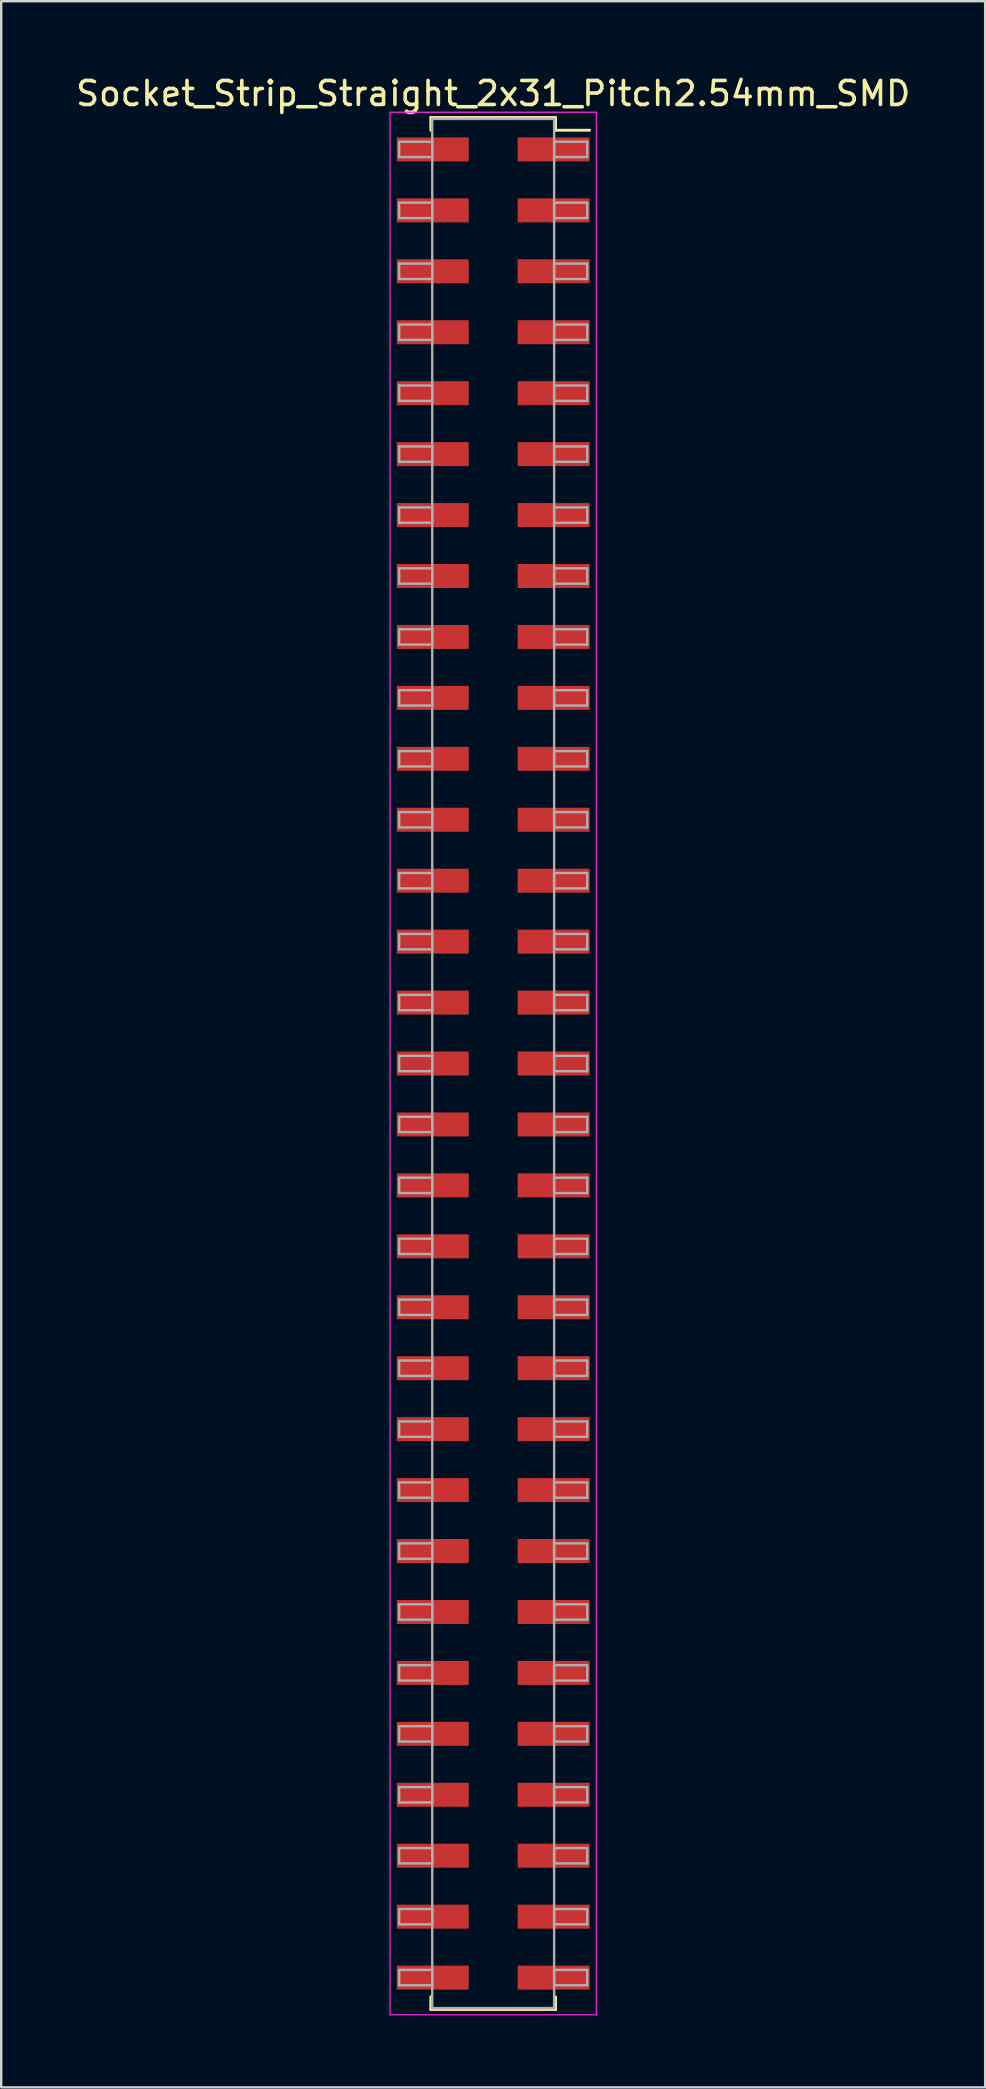
<source format=kicad_pcb>
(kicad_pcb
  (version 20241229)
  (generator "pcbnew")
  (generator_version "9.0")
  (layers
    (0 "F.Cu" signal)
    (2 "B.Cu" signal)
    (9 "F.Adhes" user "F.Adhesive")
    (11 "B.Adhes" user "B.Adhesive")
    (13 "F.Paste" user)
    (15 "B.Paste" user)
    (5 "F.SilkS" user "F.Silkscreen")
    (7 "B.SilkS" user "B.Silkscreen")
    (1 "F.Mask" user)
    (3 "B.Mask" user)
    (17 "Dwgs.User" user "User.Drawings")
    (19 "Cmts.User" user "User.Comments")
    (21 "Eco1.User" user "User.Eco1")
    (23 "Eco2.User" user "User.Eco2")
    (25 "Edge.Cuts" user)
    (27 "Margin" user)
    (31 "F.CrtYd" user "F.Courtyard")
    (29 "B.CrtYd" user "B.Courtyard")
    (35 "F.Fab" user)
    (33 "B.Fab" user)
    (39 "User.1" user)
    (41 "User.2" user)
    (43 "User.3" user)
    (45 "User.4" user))
  (footprint "Socket_Strip_Straight_2x31_Pitch2.54mm_SMD"
    (layer "F.Cu")
    (at 17.506 41.278)
    (property "Reference" "Socket_Strip_Straight_2x31_Pitch2.54mm_SMD" (at 0 -40.43 0) (layer "F.SilkS") (effects (font (size 1 1) (thickness 0.15))))
    (attr smd)
    (fp_line (start -2.6 -39.43) (end 2.6 -39.43) (stroke (width 0.12) (type solid)) (layer "F.SilkS"))
    (fp_line (start -2.6 -38.9) (end -2.6 -39.43) (stroke (width 0.12) (type solid)) (layer "F.SilkS"))
    (fp_line (start -2.6 38.9) (end -2.6 39.43) (stroke (width 0.12) (type solid)) (layer "F.SilkS"))
    (fp_line (start -2.6 39.43) (end 2.6 39.43) (stroke (width 0.12) (type solid)) (layer "F.SilkS"))
    (fp_line (start 2.6 -39.43) (end 2.6 -38.9) (stroke (width 0.12) (type solid)) (layer "F.SilkS"))
    (fp_line (start 2.6 39.43) (end 2.6 38.9) (stroke (width 0.12) (type solid)) (layer "F.SilkS"))
    (fp_line (start 4.02 -38.9) (end 2.6 -38.9) (stroke (width 0.12) (type solid)) (layer "F.SilkS"))
    (fp_line (start -4.3 -39.65) (end -4.3 39.65) (stroke (width 0.05) (type solid)) (layer "F.CrtYd"))
    (fp_line (start -4.3 39.65) (end 4.3 39.65) (stroke (width 0.05) (type solid)) (layer "F.CrtYd"))
    (fp_line (start 4.3 -39.65) (end -4.3 -39.65) (stroke (width 0.05) (type solid)) (layer "F.CrtYd"))
    (fp_line (start 4.3 39.65) (end 4.3 -39.65) (stroke (width 0.05) (type solid)) (layer "F.CrtYd"))
    (fp_line (start -3.92 -38.42) (end -2.54 -38.42) (stroke (width 0.1) (type solid)) (layer "F.Fab"))
    (fp_line (start -3.92 -37.78) (end -3.92 -38.42) (stroke (width 0.1) (type solid)) (layer "F.Fab"))
    (fp_line (start -3.92 -35.88) (end -2.54 -35.88) (stroke (width 0.1) (type solid)) (layer "F.Fab"))
    (fp_line (start -3.92 -35.24) (end -3.92 -35.88) (stroke (width 0.1) (type solid)) (layer "F.Fab"))
    (fp_line (start -3.92 -33.34) (end -2.54 -33.34) (stroke (width 0.1) (type solid)) (layer "F.Fab"))
    (fp_line (start -3.92 -32.7) (end -3.92 -33.34) (stroke (width 0.1) (type solid)) (layer "F.Fab"))
    (fp_line (start -3.92 -30.8) (end -2.54 -30.8) (stroke (width 0.1) (type solid)) (layer "F.Fab"))
    (fp_line (start -3.92 -30.16) (end -3.92 -30.8) (stroke (width 0.1) (type solid)) (layer "F.Fab"))
    (fp_line (start -3.92 -28.26) (end -2.54 -28.26) (stroke (width 0.1) (type solid)) (layer "F.Fab"))
    (fp_line (start -3.92 -27.62) (end -3.92 -28.26) (stroke (width 0.1) (type solid)) (layer "F.Fab"))
    (fp_line (start -3.92 -25.72) (end -2.54 -25.72) (stroke (width 0.1) (type solid)) (layer "F.Fab"))
    (fp_line (start -3.92 -25.08) (end -3.92 -25.72) (stroke (width 0.1) (type solid)) (layer "F.Fab"))
    (fp_line (start -3.92 -23.18) (end -2.54 -23.18) (stroke (width 0.1) (type solid)) (layer "F.Fab"))
    (fp_line (start -3.92 -22.54) (end -3.92 -23.18) (stroke (width 0.1) (type solid)) (layer "F.Fab"))
    (fp_line (start -3.92 -20.64) (end -2.54 -20.64) (stroke (width 0.1) (type solid)) (layer "F.Fab"))
    (fp_line (start -3.92 -20) (end -3.92 -20.64) (stroke (width 0.1) (type solid)) (layer "F.Fab"))
    (fp_line (start -3.92 -18.1) (end -2.54 -18.1) (stroke (width 0.1) (type solid)) (layer "F.Fab"))
    (fp_line (start -3.92 -17.46) (end -3.92 -18.1) (stroke (width 0.1) (type solid)) (layer "F.Fab"))
    (fp_line (start -3.92 -15.56) (end -2.54 -15.56) (stroke (width 0.1) (type solid)) (layer "F.Fab"))
    (fp_line (start -3.92 -14.92) (end -3.92 -15.56) (stroke (width 0.1) (type solid)) (layer "F.Fab"))
    (fp_line (start -3.92 -13.02) (end -2.54 -13.02) (stroke (width 0.1) (type solid)) (layer "F.Fab"))
    (fp_line (start -3.92 -12.38) (end -3.92 -13.02) (stroke (width 0.1) (type solid)) (layer "F.Fab"))
    (fp_line (start -3.92 -10.48) (end -2.54 -10.48) (stroke (width 0.1) (type solid)) (layer "F.Fab"))
    (fp_line (start -3.92 -9.84) (end -3.92 -10.48) (stroke (width 0.1) (type solid)) (layer "F.Fab"))
    (fp_line (start -3.92 -7.94) (end -2.54 -7.94) (stroke (width 0.1) (type solid)) (layer "F.Fab"))
    (fp_line (start -3.92 -7.3) (end -3.92 -7.94) (stroke (width 0.1) (type solid)) (layer "F.Fab"))
    (fp_line (start -3.92 -5.4) (end -2.54 -5.4) (stroke (width 0.1) (type solid)) (layer "F.Fab"))
    (fp_line (start -3.92 -4.76) (end -3.92 -5.4) (stroke (width 0.1) (type solid)) (layer "F.Fab"))
    (fp_line (start -3.92 -2.86) (end -2.54 -2.86) (stroke (width 0.1) (type solid)) (layer "F.Fab"))
    (fp_line (start -3.92 -2.22) (end -3.92 -2.86) (stroke (width 0.1) (type solid)) (layer "F.Fab"))
    (fp_line (start -3.92 -0.32) (end -2.54 -0.32) (stroke (width 0.1) (type solid)) (layer "F.Fab"))
    (fp_line (start -3.92 0.32) (end -3.92 -0.32) (stroke (width 0.1) (type solid)) (layer "F.Fab"))
    (fp_line (start -3.92 2.22) (end -2.54 2.22) (stroke (width 0.1) (type solid)) (layer "F.Fab"))
    (fp_line (start -3.92 2.86) (end -3.92 2.22) (stroke (width 0.1) (type solid)) (layer "F.Fab"))
    (fp_line (start -3.92 4.76) (end -2.54 4.76) (stroke (width 0.1) (type solid)) (layer "F.Fab"))
    (fp_line (start -3.92 5.4) (end -3.92 4.76) (stroke (width 0.1) (type solid)) (layer "F.Fab"))
    (fp_line (start -3.92 7.3) (end -2.54 7.3) (stroke (width 0.1) (type solid)) (layer "F.Fab"))
    (fp_line (start -3.92 7.94) (end -3.92 7.3) (stroke (width 0.1) (type solid)) (layer "F.Fab"))
    (fp_line (start -3.92 9.84) (end -2.54 9.84) (stroke (width 0.1) (type solid)) (layer "F.Fab"))
    (fp_line (start -3.92 10.48) (end -3.92 9.84) (stroke (width 0.1) (type solid)) (layer "F.Fab"))
    (fp_line (start -3.92 12.38) (end -2.54 12.38) (stroke (width 0.1) (type solid)) (layer "F.Fab"))
    (fp_line (start -3.92 13.02) (end -3.92 12.38) (stroke (width 0.1) (type solid)) (layer "F.Fab"))
    (fp_line (start -3.92 14.92) (end -2.54 14.92) (stroke (width 0.1) (type solid)) (layer "F.Fab"))
    (fp_line (start -3.92 15.56) (end -3.92 14.92) (stroke (width 0.1) (type solid)) (layer "F.Fab"))
    (fp_line (start -3.92 17.46) (end -2.54 17.46) (stroke (width 0.1) (type solid)) (layer "F.Fab"))
    (fp_line (start -3.92 18.1) (end -3.92 17.46) (stroke (width 0.1) (type solid)) (layer "F.Fab"))
    (fp_line (start -3.92 20) (end -2.54 20) (stroke (width 0.1) (type solid)) (layer "F.Fab"))
    (fp_line (start -3.92 20.64) (end -3.92 20) (stroke (width 0.1) (type solid)) (layer "F.Fab"))
    (fp_line (start -3.92 22.54) (end -2.54 22.54) (stroke (width 0.1) (type solid)) (layer "F.Fab"))
    (fp_line (start -3.92 23.18) (end -3.92 22.54) (stroke (width 0.1) (type solid)) (layer "F.Fab"))
    (fp_line (start -3.92 25.08) (end -2.54 25.08) (stroke (width 0.1) (type solid)) (layer "F.Fab"))
    (fp_line (start -3.92 25.72) (end -3.92 25.08) (stroke (width 0.1) (type solid)) (layer "F.Fab"))
    (fp_line (start -3.92 27.62) (end -2.54 27.62) (stroke (width 0.1) (type solid)) (layer "F.Fab"))
    (fp_line (start -3.92 28.26) (end -3.92 27.62) (stroke (width 0.1) (type solid)) (layer "F.Fab"))
    (fp_line (start -3.92 30.16) (end -2.54 30.16) (stroke (width 0.1) (type solid)) (layer "F.Fab"))
    (fp_line (start -3.92 30.8) (end -3.92 30.16) (stroke (width 0.1) (type solid)) (layer "F.Fab"))
    (fp_line (start -3.92 32.7) (end -2.54 32.7) (stroke (width 0.1) (type solid)) (layer "F.Fab"))
    (fp_line (start -3.92 33.34) (end -3.92 32.7) (stroke (width 0.1) (type solid)) (layer "F.Fab"))
    (fp_line (start -3.92 35.24) (end -2.54 35.24) (stroke (width 0.1) (type solid)) (layer "F.Fab"))
    (fp_line (start -3.92 35.88) (end -3.92 35.24) (stroke (width 0.1) (type solid)) (layer "F.Fab"))
    (fp_line (start -3.92 37.78) (end -2.54 37.78) (stroke (width 0.1) (type solid)) (layer "F.Fab"))
    (fp_line (start -3.92 38.42) (end -3.92 37.78) (stroke (width 0.1) (type solid)) (layer "F.Fab"))
    (fp_line (start -2.54 -39.37) (end -2.54 39.37) (stroke (width 0.1) (type solid)) (layer "F.Fab"))
    (fp_line (start -2.54 -38.42) (end -2.54 -37.78) (stroke (width 0.1) (type solid)) (layer "F.Fab"))
    (fp_line (start -2.54 -37.78) (end -3.92 -37.78) (stroke (width 0.1) (type solid)) (layer "F.Fab"))
    (fp_line (start -2.54 -35.88) (end -2.54 -35.24) (stroke (width 0.1) (type solid)) (layer "F.Fab"))
    (fp_line (start -2.54 -35.24) (end -3.92 -35.24) (stroke (width 0.1) (type solid)) (layer "F.Fab"))
    (fp_line (start -2.54 -33.34) (end -2.54 -32.7) (stroke (width 0.1) (type solid)) (layer "F.Fab"))
    (fp_line (start -2.54 -32.7) (end -3.92 -32.7) (stroke (width 0.1) (type solid)) (layer "F.Fab"))
    (fp_line (start -2.54 -30.8) (end -2.54 -30.16) (stroke (width 0.1) (type solid)) (layer "F.Fab"))
    (fp_line (start -2.54 -30.16) (end -3.92 -30.16) (stroke (width 0.1) (type solid)) (layer "F.Fab"))
    (fp_line (start -2.54 -28.26) (end -2.54 -27.62) (stroke (width 0.1) (type solid)) (layer "F.Fab"))
    (fp_line (start -2.54 -27.62) (end -3.92 -27.62) (stroke (width 0.1) (type solid)) (layer "F.Fab"))
    (fp_line (start -2.54 -25.72) (end -2.54 -25.08) (stroke (width 0.1) (type solid)) (layer "F.Fab"))
    (fp_line (start -2.54 -25.08) (end -3.92 -25.08) (stroke (width 0.1) (type solid)) (layer "F.Fab"))
    (fp_line (start -2.54 -23.18) (end -2.54 -22.54) (stroke (width 0.1) (type solid)) (layer "F.Fab"))
    (fp_line (start -2.54 -22.54) (end -3.92 -22.54) (stroke (width 0.1) (type solid)) (layer "F.Fab"))
    (fp_line (start -2.54 -20.64) (end -2.54 -20) (stroke (width 0.1) (type solid)) (layer "F.Fab"))
    (fp_line (start -2.54 -20) (end -3.92 -20) (stroke (width 0.1) (type solid)) (layer "F.Fab"))
    (fp_line (start -2.54 -18.1) (end -2.54 -17.46) (stroke (width 0.1) (type solid)) (layer "F.Fab"))
    (fp_line (start -2.54 -17.46) (end -3.92 -17.46) (stroke (width 0.1) (type solid)) (layer "F.Fab"))
    (fp_line (start -2.54 -15.56) (end -2.54 -14.92) (stroke (width 0.1) (type solid)) (layer "F.Fab"))
    (fp_line (start -2.54 -14.92) (end -3.92 -14.92) (stroke (width 0.1) (type solid)) (layer "F.Fab"))
    (fp_line (start -2.54 -13.02) (end -2.54 -12.38) (stroke (width 0.1) (type solid)) (layer "F.Fab"))
    (fp_line (start -2.54 -12.38) (end -3.92 -12.38) (stroke (width 0.1) (type solid)) (layer "F.Fab"))
    (fp_line (start -2.54 -10.48) (end -2.54 -9.84) (stroke (width 0.1) (type solid)) (layer "F.Fab"))
    (fp_line (start -2.54 -9.84) (end -3.92 -9.84) (stroke (width 0.1) (type solid)) (layer "F.Fab"))
    (fp_line (start -2.54 -7.94) (end -2.54 -7.3) (stroke (width 0.1) (type solid)) (layer "F.Fab"))
    (fp_line (start -2.54 -7.3) (end -3.92 -7.3) (stroke (width 0.1) (type solid)) (layer "F.Fab"))
    (fp_line (start -2.54 -5.4) (end -2.54 -4.76) (stroke (width 0.1) (type solid)) (layer "F.Fab"))
    (fp_line (start -2.54 -4.76) (end -3.92 -4.76) (stroke (width 0.1) (type solid)) (layer "F.Fab"))
    (fp_line (start -2.54 -2.86) (end -2.54 -2.22) (stroke (width 0.1) (type solid)) (layer "F.Fab"))
    (fp_line (start -2.54 -2.22) (end -3.92 -2.22) (stroke (width 0.1) (type solid)) (layer "F.Fab"))
    (fp_line (start -2.54 -0.32) (end -2.54 0.32) (stroke (width 0.1) (type solid)) (layer "F.Fab"))
    (fp_line (start -2.54 0.32) (end -3.92 0.32) (stroke (width 0.1) (type solid)) (layer "F.Fab"))
    (fp_line (start -2.54 2.22) (end -2.54 2.86) (stroke (width 0.1) (type solid)) (layer "F.Fab"))
    (fp_line (start -2.54 2.86) (end -3.92 2.86) (stroke (width 0.1) (type solid)) (layer "F.Fab"))
    (fp_line (start -2.54 4.76) (end -2.54 5.4) (stroke (width 0.1) (type solid)) (layer "F.Fab"))
    (fp_line (start -2.54 5.4) (end -3.92 5.4) (stroke (width 0.1) (type solid)) (layer "F.Fab"))
    (fp_line (start -2.54 7.3) (end -2.54 7.94) (stroke (width 0.1) (type solid)) (layer "F.Fab"))
    (fp_line (start -2.54 7.94) (end -3.92 7.94) (stroke (width 0.1) (type solid)) (layer "F.Fab"))
    (fp_line (start -2.54 9.84) (end -2.54 10.48) (stroke (width 0.1) (type solid)) (layer "F.Fab"))
    (fp_line (start -2.54 10.48) (end -3.92 10.48) (stroke (width 0.1) (type solid)) (layer "F.Fab"))
    (fp_line (start -2.54 12.38) (end -2.54 13.02) (stroke (width 0.1) (type solid)) (layer "F.Fab"))
    (fp_line (start -2.54 13.02) (end -3.92 13.02) (stroke (width 0.1) (type solid)) (layer "F.Fab"))
    (fp_line (start -2.54 14.92) (end -2.54 15.56) (stroke (width 0.1) (type solid)) (layer "F.Fab"))
    (fp_line (start -2.54 15.56) (end -3.92 15.56) (stroke (width 0.1) (type solid)) (layer "F.Fab"))
    (fp_line (start -2.54 17.46) (end -2.54 18.1) (stroke (width 0.1) (type solid)) (layer "F.Fab"))
    (fp_line (start -2.54 18.1) (end -3.92 18.1) (stroke (width 0.1) (type solid)) (layer "F.Fab"))
    (fp_line (start -2.54 20) (end -2.54 20.64) (stroke (width 0.1) (type solid)) (layer "F.Fab"))
    (fp_line (start -2.54 20.64) (end -3.92 20.64) (stroke (width 0.1) (type solid)) (layer "F.Fab"))
    (fp_line (start -2.54 22.54) (end -2.54 23.18) (stroke (width 0.1) (type solid)) (layer "F.Fab"))
    (fp_line (start -2.54 23.18) (end -3.92 23.18) (stroke (width 0.1) (type solid)) (layer "F.Fab"))
    (fp_line (start -2.54 25.08) (end -2.54 25.72) (stroke (width 0.1) (type solid)) (layer "F.Fab"))
    (fp_line (start -2.54 25.72) (end -3.92 25.72) (stroke (width 0.1) (type solid)) (layer "F.Fab"))
    (fp_line (start -2.54 27.62) (end -2.54 28.26) (stroke (width 0.1) (type solid)) (layer "F.Fab"))
    (fp_line (start -2.54 28.26) (end -3.92 28.26) (stroke (width 0.1) (type solid)) (layer "F.Fab"))
    (fp_line (start -2.54 30.16) (end -2.54 30.8) (stroke (width 0.1) (type solid)) (layer "F.Fab"))
    (fp_line (start -2.54 30.8) (end -3.92 30.8) (stroke (width 0.1) (type solid)) (layer "F.Fab"))
    (fp_line (start -2.54 32.7) (end -2.54 33.34) (stroke (width 0.1) (type solid)) (layer "F.Fab"))
    (fp_line (start -2.54 33.34) (end -3.92 33.34) (stroke (width 0.1) (type solid)) (layer "F.Fab"))
    (fp_line (start -2.54 35.24) (end -2.54 35.88) (stroke (width 0.1) (type solid)) (layer "F.Fab"))
    (fp_line (start -2.54 35.88) (end -3.92 35.88) (stroke (width 0.1) (type solid)) (layer "F.Fab"))
    (fp_line (start -2.54 37.78) (end -2.54 38.42) (stroke (width 0.1) (type solid)) (layer "F.Fab"))
    (fp_line (start -2.54 38.42) (end -3.92 38.42) (stroke (width 0.1) (type solid)) (layer "F.Fab"))
    (fp_line (start -2.54 39.37) (end 2.54 39.37) (stroke (width 0.1) (type solid)) (layer "F.Fab"))
    (fp_line (start 2.54 -39.37) (end -2.54 -39.37) (stroke (width 0.1) (type solid)) (layer "F.Fab"))
    (fp_line (start 2.54 -38.42) (end 2.54 -37.78) (stroke (width 0.1) (type solid)) (layer "F.Fab"))
    (fp_line (start 2.54 -37.78) (end 3.92 -37.78) (stroke (width 0.1) (type solid)) (layer "F.Fab"))
    (fp_line (start 2.54 -35.88) (end 2.54 -35.24) (stroke (width 0.1) (type solid)) (layer "F.Fab"))
    (fp_line (start 2.54 -35.24) (end 3.92 -35.24) (stroke (width 0.1) (type solid)) (layer "F.Fab"))
    (fp_line (start 2.54 -33.34) (end 2.54 -32.7) (stroke (width 0.1) (type solid)) (layer "F.Fab"))
    (fp_line (start 2.54 -32.7) (end 3.92 -32.7) (stroke (width 0.1) (type solid)) (layer "F.Fab"))
    (fp_line (start 2.54 -30.8) (end 2.54 -30.16) (stroke (width 0.1) (type solid)) (layer "F.Fab"))
    (fp_line (start 2.54 -30.16) (end 3.92 -30.16) (stroke (width 0.1) (type solid)) (layer "F.Fab"))
    (fp_line (start 2.54 -28.26) (end 2.54 -27.62) (stroke (width 0.1) (type solid)) (layer "F.Fab"))
    (fp_line (start 2.54 -27.62) (end 3.92 -27.62) (stroke (width 0.1) (type solid)) (layer "F.Fab"))
    (fp_line (start 2.54 -25.72) (end 2.54 -25.08) (stroke (width 0.1) (type solid)) (layer "F.Fab"))
    (fp_line (start 2.54 -25.08) (end 3.92 -25.08) (stroke (width 0.1) (type solid)) (layer "F.Fab"))
    (fp_line (start 2.54 -23.18) (end 2.54 -22.54) (stroke (width 0.1) (type solid)) (layer "F.Fab"))
    (fp_line (start 2.54 -22.54) (end 3.92 -22.54) (stroke (width 0.1) (type solid)) (layer "F.Fab"))
    (fp_line (start 2.54 -20.64) (end 2.54 -20) (stroke (width 0.1) (type solid)) (layer "F.Fab"))
    (fp_line (start 2.54 -20) (end 3.92 -20) (stroke (width 0.1) (type solid)) (layer "F.Fab"))
    (fp_line (start 2.54 -18.1) (end 2.54 -17.46) (stroke (width 0.1) (type solid)) (layer "F.Fab"))
    (fp_line (start 2.54 -17.46) (end 3.92 -17.46) (stroke (width 0.1) (type solid)) (layer "F.Fab"))
    (fp_line (start 2.54 -15.56) (end 2.54 -14.92) (stroke (width 0.1) (type solid)) (layer "F.Fab"))
    (fp_line (start 2.54 -14.92) (end 3.92 -14.92) (stroke (width 0.1) (type solid)) (layer "F.Fab"))
    (fp_line (start 2.54 -13.02) (end 2.54 -12.38) (stroke (width 0.1) (type solid)) (layer "F.Fab"))
    (fp_line (start 2.54 -12.38) (end 3.92 -12.38) (stroke (width 0.1) (type solid)) (layer "F.Fab"))
    (fp_line (start 2.54 -10.48) (end 2.54 -9.84) (stroke (width 0.1) (type solid)) (layer "F.Fab"))
    (fp_line (start 2.54 -9.84) (end 3.92 -9.84) (stroke (width 0.1) (type solid)) (layer "F.Fab"))
    (fp_line (start 2.54 -7.94) (end 2.54 -7.3) (stroke (width 0.1) (type solid)) (layer "F.Fab"))
    (fp_line (start 2.54 -7.3) (end 3.92 -7.3) (stroke (width 0.1) (type solid)) (layer "F.Fab"))
    (fp_line (start 2.54 -5.4) (end 2.54 -4.76) (stroke (width 0.1) (type solid)) (layer "F.Fab"))
    (fp_line (start 2.54 -4.76) (end 3.92 -4.76) (stroke (width 0.1) (type solid)) (layer "F.Fab"))
    (fp_line (start 2.54 -2.86) (end 2.54 -2.22) (stroke (width 0.1) (type solid)) (layer "F.Fab"))
    (fp_line (start 2.54 -2.22) (end 3.92 -2.22) (stroke (width 0.1) (type solid)) (layer "F.Fab"))
    (fp_line (start 2.54 -0.32) (end 2.54 0.32) (stroke (width 0.1) (type solid)) (layer "F.Fab"))
    (fp_line (start 2.54 0.32) (end 3.92 0.32) (stroke (width 0.1) (type solid)) (layer "F.Fab"))
    (fp_line (start 2.54 2.22) (end 2.54 2.86) (stroke (width 0.1) (type solid)) (layer "F.Fab"))
    (fp_line (start 2.54 2.86) (end 3.92 2.86) (stroke (width 0.1) (type solid)) (layer "F.Fab"))
    (fp_line (start 2.54 4.76) (end 2.54 5.4) (stroke (width 0.1) (type solid)) (layer "F.Fab"))
    (fp_line (start 2.54 5.4) (end 3.92 5.4) (stroke (width 0.1) (type solid)) (layer "F.Fab"))
    (fp_line (start 2.54 7.3) (end 2.54 7.94) (stroke (width 0.1) (type solid)) (layer "F.Fab"))
    (fp_line (start 2.54 7.94) (end 3.92 7.94) (stroke (width 0.1) (type solid)) (layer "F.Fab"))
    (fp_line (start 2.54 9.84) (end 2.54 10.48) (stroke (width 0.1) (type solid)) (layer "F.Fab"))
    (fp_line (start 2.54 10.48) (end 3.92 10.48) (stroke (width 0.1) (type solid)) (layer "F.Fab"))
    (fp_line (start 2.54 12.38) (end 2.54 13.02) (stroke (width 0.1) (type solid)) (layer "F.Fab"))
    (fp_line (start 2.54 13.02) (end 3.92 13.02) (stroke (width 0.1) (type solid)) (layer "F.Fab"))
    (fp_line (start 2.54 14.92) (end 2.54 15.56) (stroke (width 0.1) (type solid)) (layer "F.Fab"))
    (fp_line (start 2.54 15.56) (end 3.92 15.56) (stroke (width 0.1) (type solid)) (layer "F.Fab"))
    (fp_line (start 2.54 17.46) (end 2.54 18.1) (stroke (width 0.1) (type solid)) (layer "F.Fab"))
    (fp_line (start 2.54 18.1) (end 3.92 18.1) (stroke (width 0.1) (type solid)) (layer "F.Fab"))
    (fp_line (start 2.54 20) (end 2.54 20.64) (stroke (width 0.1) (type solid)) (layer "F.Fab"))
    (fp_line (start 2.54 20.64) (end 3.92 20.64) (stroke (width 0.1) (type solid)) (layer "F.Fab"))
    (fp_line (start 2.54 22.54) (end 2.54 23.18) (stroke (width 0.1) (type solid)) (layer "F.Fab"))
    (fp_line (start 2.54 23.18) (end 3.92 23.18) (stroke (width 0.1) (type solid)) (layer "F.Fab"))
    (fp_line (start 2.54 25.08) (end 2.54 25.72) (stroke (width 0.1) (type solid)) (layer "F.Fab"))
    (fp_line (start 2.54 25.72) (end 3.92 25.72) (stroke (width 0.1) (type solid)) (layer "F.Fab"))
    (fp_line (start 2.54 27.62) (end 2.54 28.26) (stroke (width 0.1) (type solid)) (layer "F.Fab"))
    (fp_line (start 2.54 28.26) (end 3.92 28.26) (stroke (width 0.1) (type solid)) (layer "F.Fab"))
    (fp_line (start 2.54 30.16) (end 2.54 30.8) (stroke (width 0.1) (type solid)) (layer "F.Fab"))
    (fp_line (start 2.54 30.8) (end 3.92 30.8) (stroke (width 0.1) (type solid)) (layer "F.Fab"))
    (fp_line (start 2.54 32.7) (end 2.54 33.34) (stroke (width 0.1) (type solid)) (layer "F.Fab"))
    (fp_line (start 2.54 33.34) (end 3.92 33.34) (stroke (width 0.1) (type solid)) (layer "F.Fab"))
    (fp_line (start 2.54 35.24) (end 2.54 35.88) (stroke (width 0.1) (type solid)) (layer "F.Fab"))
    (fp_line (start 2.54 35.88) (end 3.92 35.88) (stroke (width 0.1) (type solid)) (layer "F.Fab"))
    (fp_line (start 2.54 37.78) (end 2.54 38.42) (stroke (width 0.1) (type solid)) (layer "F.Fab"))
    (fp_line (start 2.54 38.42) (end 3.92 38.42) (stroke (width 0.1) (type solid)) (layer "F.Fab"))
    (fp_line (start 2.54 39.37) (end 2.54 -39.37) (stroke (width 0.1) (type solid)) (layer "F.Fab"))
    (fp_line (start 3.92 -38.42) (end 2.54 -38.42) (stroke (width 0.1) (type solid)) (layer "F.Fab"))
    (fp_line (start 3.92 -37.78) (end 3.92 -38.42) (stroke (width 0.1) (type solid)) (layer "F.Fab"))
    (fp_line (start 3.92 -35.88) (end 2.54 -35.88) (stroke (width 0.1) (type solid)) (layer "F.Fab"))
    (fp_line (start 3.92 -35.24) (end 3.92 -35.88) (stroke (width 0.1) (type solid)) (layer "F.Fab"))
    (fp_line (start 3.92 -33.34) (end 2.54 -33.34) (stroke (width 0.1) (type solid)) (layer "F.Fab"))
    (fp_line (start 3.92 -32.7) (end 3.92 -33.34) (stroke (width 0.1) (type solid)) (layer "F.Fab"))
    (fp_line (start 3.92 -30.8) (end 2.54 -30.8) (stroke (width 0.1) (type solid)) (layer "F.Fab"))
    (fp_line (start 3.92 -30.16) (end 3.92 -30.8) (stroke (width 0.1) (type solid)) (layer "F.Fab"))
    (fp_line (start 3.92 -28.26) (end 2.54 -28.26) (stroke (width 0.1) (type solid)) (layer "F.Fab"))
    (fp_line (start 3.92 -27.62) (end 3.92 -28.26) (stroke (width 0.1) (type solid)) (layer "F.Fab"))
    (fp_line (start 3.92 -25.72) (end 2.54 -25.72) (stroke (width 0.1) (type solid)) (layer "F.Fab"))
    (fp_line (start 3.92 -25.08) (end 3.92 -25.72) (stroke (width 0.1) (type solid)) (layer "F.Fab"))
    (fp_line (start 3.92 -23.18) (end 2.54 -23.18) (stroke (width 0.1) (type solid)) (layer "F.Fab"))
    (fp_line (start 3.92 -22.54) (end 3.92 -23.18) (stroke (width 0.1) (type solid)) (layer "F.Fab"))
    (fp_line (start 3.92 -20.64) (end 2.54 -20.64) (stroke (width 0.1) (type solid)) (layer "F.Fab"))
    (fp_line (start 3.92 -20) (end 3.92 -20.64) (stroke (width 0.1) (type solid)) (layer "F.Fab"))
    (fp_line (start 3.92 -18.1) (end 2.54 -18.1) (stroke (width 0.1) (type solid)) (layer "F.Fab"))
    (fp_line (start 3.92 -17.46) (end 3.92 -18.1) (stroke (width 0.1) (type solid)) (layer "F.Fab"))
    (fp_line (start 3.92 -15.56) (end 2.54 -15.56) (stroke (width 0.1) (type solid)) (layer "F.Fab"))
    (fp_line (start 3.92 -14.92) (end 3.92 -15.56) (stroke (width 0.1) (type solid)) (layer "F.Fab"))
    (fp_line (start 3.92 -13.02) (end 2.54 -13.02) (stroke (width 0.1) (type solid)) (layer "F.Fab"))
    (fp_line (start 3.92 -12.38) (end 3.92 -13.02) (stroke (width 0.1) (type solid)) (layer "F.Fab"))
    (fp_line (start 3.92 -10.48) (end 2.54 -10.48) (stroke (width 0.1) (type solid)) (layer "F.Fab"))
    (fp_line (start 3.92 -9.84) (end 3.92 -10.48) (stroke (width 0.1) (type solid)) (layer "F.Fab"))
    (fp_line (start 3.92 -7.94) (end 2.54 -7.94) (stroke (width 0.1) (type solid)) (layer "F.Fab"))
    (fp_line (start 3.92 -7.3) (end 3.92 -7.94) (stroke (width 0.1) (type solid)) (layer "F.Fab"))
    (fp_line (start 3.92 -5.4) (end 2.54 -5.4) (stroke (width 0.1) (type solid)) (layer "F.Fab"))
    (fp_line (start 3.92 -4.76) (end 3.92 -5.4) (stroke (width 0.1) (type solid)) (layer "F.Fab"))
    (fp_line (start 3.92 -2.86) (end 2.54 -2.86) (stroke (width 0.1) (type solid)) (layer "F.Fab"))
    (fp_line (start 3.92 -2.22) (end 3.92 -2.86) (stroke (width 0.1) (type solid)) (layer "F.Fab"))
    (fp_line (start 3.92 -0.32) (end 2.54 -0.32) (stroke (width 0.1) (type solid)) (layer "F.Fab"))
    (fp_line (start 3.92 0.32) (end 3.92 -0.32) (stroke (width 0.1) (type solid)) (layer "F.Fab"))
    (fp_line (start 3.92 2.22) (end 2.54 2.22) (stroke (width 0.1) (type solid)) (layer "F.Fab"))
    (fp_line (start 3.92 2.86) (end 3.92 2.22) (stroke (width 0.1) (type solid)) (layer "F.Fab"))
    (fp_line (start 3.92 4.76) (end 2.54 4.76) (stroke (width 0.1) (type solid)) (layer "F.Fab"))
    (fp_line (start 3.92 5.4) (end 3.92 4.76) (stroke (width 0.1) (type solid)) (layer "F.Fab"))
    (fp_line (start 3.92 7.3) (end 2.54 7.3) (stroke (width 0.1) (type solid)) (layer "F.Fab"))
    (fp_line (start 3.92 7.94) (end 3.92 7.3) (stroke (width 0.1) (type solid)) (layer "F.Fab"))
    (fp_line (start 3.92 9.84) (end 2.54 9.84) (stroke (width 0.1) (type solid)) (layer "F.Fab"))
    (fp_line (start 3.92 10.48) (end 3.92 9.84) (stroke (width 0.1) (type solid)) (layer "F.Fab"))
    (fp_line (start 3.92 12.38) (end 2.54 12.38) (stroke (width 0.1) (type solid)) (layer "F.Fab"))
    (fp_line (start 3.92 13.02) (end 3.92 12.38) (stroke (width 0.1) (type solid)) (layer "F.Fab"))
    (fp_line (start 3.92 14.92) (end 2.54 14.92) (stroke (width 0.1) (type solid)) (layer "F.Fab"))
    (fp_line (start 3.92 15.56) (end 3.92 14.92) (stroke (width 0.1) (type solid)) (layer "F.Fab"))
    (fp_line (start 3.92 17.46) (end 2.54 17.46) (stroke (width 0.1) (type solid)) (layer "F.Fab"))
    (fp_line (start 3.92 18.1) (end 3.92 17.46) (stroke (width 0.1) (type solid)) (layer "F.Fab"))
    (fp_line (start 3.92 20) (end 2.54 20) (stroke (width 0.1) (type solid)) (layer "F.Fab"))
    (fp_line (start 3.92 20.64) (end 3.92 20) (stroke (width 0.1) (type solid)) (layer "F.Fab"))
    (fp_line (start 3.92 22.54) (end 2.54 22.54) (stroke (width 0.1) (type solid)) (layer "F.Fab"))
    (fp_line (start 3.92 23.18) (end 3.92 22.54) (stroke (width 0.1) (type solid)) (layer "F.Fab"))
    (fp_line (start 3.92 25.08) (end 2.54 25.08) (stroke (width 0.1) (type solid)) (layer "F.Fab"))
    (fp_line (start 3.92 25.72) (end 3.92 25.08) (stroke (width 0.1) (type solid)) (layer "F.Fab"))
    (fp_line (start 3.92 27.62) (end 2.54 27.62) (stroke (width 0.1) (type solid)) (layer "F.Fab"))
    (fp_line (start 3.92 28.26) (end 3.92 27.62) (stroke (width 0.1) (type solid)) (layer "F.Fab"))
    (fp_line (start 3.92 30.16) (end 2.54 30.16) (stroke (width 0.1) (type solid)) (layer "F.Fab"))
    (fp_line (start 3.92 30.8) (end 3.92 30.16) (stroke (width 0.1) (type solid)) (layer "F.Fab"))
    (fp_line (start 3.92 32.7) (end 2.54 32.7) (stroke (width 0.1) (type solid)) (layer "F.Fab"))
    (fp_line (start 3.92 33.34) (end 3.92 32.7) (stroke (width 0.1) (type solid)) (layer "F.Fab"))
    (fp_line (start 3.92 35.24) (end 2.54 35.24) (stroke (width 0.1) (type solid)) (layer "F.Fab"))
    (fp_line (start 3.92 35.88) (end 3.92 35.24) (stroke (width 0.1) (type solid)) (layer "F.Fab"))
    (fp_line (start 3.92 37.78) (end 2.54 37.78) (stroke (width 0.1) (type solid)) (layer "F.Fab"))
    (fp_line (start 3.92 38.42) (end 3.92 37.78) (stroke (width 0.1) (type solid)) (layer "F.Fab"))
    (pad "1" smd rect (at 2.52 -38.1) (size 3 1) (layers "F.Cu" "F.Mask"))
    (pad "2" smd rect (at -2.52 -38.1) (size 3 1) (layers "F.Cu" "F.Mask"))
    (pad "3" smd rect (at 2.52 -35.56) (size 3 1) (layers "F.Cu" "F.Mask"))
    (pad "4" smd rect (at -2.52 -35.56) (size 3 1) (layers "F.Cu" "F.Mask"))
    (pad "5" smd rect (at 2.52 -33.02) (size 3 1) (layers "F.Cu" "F.Mask"))
    (pad "6" smd rect (at -2.52 -33.02) (size 3 1) (layers "F.Cu" "F.Mask"))
    (pad "7" smd rect (at 2.52 -30.48) (size 3 1) (layers "F.Cu" "F.Mask"))
    (pad "8" smd rect (at -2.52 -30.48) (size 3 1) (layers "F.Cu" "F.Mask"))
    (pad "9" smd rect (at 2.52 -27.94) (size 3 1) (layers "F.Cu" "F.Mask"))
    (pad "10" smd rect (at -2.52 -27.94) (size 3 1) (layers "F.Cu" "F.Mask"))
    (pad "11" smd rect (at 2.52 -25.4) (size 3 1) (layers "F.Cu" "F.Mask"))
    (pad "12" smd rect (at -2.52 -25.4) (size 3 1) (layers "F.Cu" "F.Mask"))
    (pad "13" smd rect (at 2.52 -22.86) (size 3 1) (layers "F.Cu" "F.Mask"))
    (pad "14" smd rect (at -2.52 -22.86) (size 3 1) (layers "F.Cu" "F.Mask"))
    (pad "15" smd rect (at 2.52 -20.32) (size 3 1) (layers "F.Cu" "F.Mask"))
    (pad "16" smd rect (at -2.52 -20.32) (size 3 1) (layers "F.Cu" "F.Mask"))
    (pad "17" smd rect (at 2.52 -17.78) (size 3 1) (layers "F.Cu" "F.Mask"))
    (pad "18" smd rect (at -2.52 -17.78) (size 3 1) (layers "F.Cu" "F.Mask"))
    (pad "19" smd rect (at 2.52 -15.24) (size 3 1) (layers "F.Cu" "F.Mask"))
    (pad "20" smd rect (at -2.52 -15.24) (size 3 1) (layers "F.Cu" "F.Mask"))
    (pad "21" smd rect (at 2.52 -12.7) (size 3 1) (layers "F.Cu" "F.Mask"))
    (pad "22" smd rect (at -2.52 -12.7) (size 3 1) (layers "F.Cu" "F.Mask"))
    (pad "23" smd rect (at 2.52 -10.16) (size 3 1) (layers "F.Cu" "F.Mask"))
    (pad "24" smd rect (at -2.52 -10.16) (size 3 1) (layers "F.Cu" "F.Mask"))
    (pad "25" smd rect (at 2.52 -7.62) (size 3 1) (layers "F.Cu" "F.Mask"))
    (pad "26" smd rect (at -2.52 -7.62) (size 3 1) (layers "F.Cu" "F.Mask"))
    (pad "27" smd rect (at 2.52 -5.08) (size 3 1) (layers "F.Cu" "F.Mask"))
    (pad "28" smd rect (at -2.52 -5.08) (size 3 1) (layers "F.Cu" "F.Mask"))
    (pad "29" smd rect (at 2.52 -2.54) (size 3 1) (layers "F.Cu" "F.Mask"))
    (pad "30" smd rect (at -2.52 -2.54) (size 3 1) (layers "F.Cu" "F.Mask"))
    (pad "31" smd rect (at 2.52 0) (size 3 1) (layers "F.Cu" "F.Mask"))
    (pad "32" smd rect (at -2.52 0) (size 3 1) (layers "F.Cu" "F.Mask"))
    (pad "33" smd rect (at 2.52 2.54) (size 3 1) (layers "F.Cu" "F.Mask"))
    (pad "34" smd rect (at -2.52 2.54) (size 3 1) (layers "F.Cu" "F.Mask"))
    (pad "35" smd rect (at 2.52 5.08) (size 3 1) (layers "F.Cu" "F.Mask"))
    (pad "36" smd rect (at -2.52 5.08) (size 3 1) (layers "F.Cu" "F.Mask"))
    (pad "37" smd rect (at 2.52 7.62) (size 3 1) (layers "F.Cu" "F.Mask"))
    (pad "38" smd rect (at -2.52 7.62) (size 3 1) (layers "F.Cu" "F.Mask"))
    (pad "39" smd rect (at 2.52 10.16) (size 3 1) (layers "F.Cu" "F.Mask"))
    (pad "40" smd rect (at -2.52 10.16) (size 3 1) (layers "F.Cu" "F.Mask"))
    (pad "41" smd rect (at 2.52 12.7) (size 3 1) (layers "F.Cu" "F.Mask"))
    (pad "42" smd rect (at -2.52 12.7) (size 3 1) (layers "F.Cu" "F.Mask"))
    (pad "43" smd rect (at 2.52 15.24) (size 3 1) (layers "F.Cu" "F.Mask"))
    (pad "44" smd rect (at -2.52 15.24) (size 3 1) (layers "F.Cu" "F.Mask"))
    (pad "45" smd rect (at 2.52 17.78) (size 3 1) (layers "F.Cu" "F.Mask"))
    (pad "46" smd rect (at -2.52 17.78) (size 3 1) (layers "F.Cu" "F.Mask"))
    (pad "47" smd rect (at 2.52 20.32) (size 3 1) (layers "F.Cu" "F.Mask"))
    (pad "48" smd rect (at -2.52 20.32) (size 3 1) (layers "F.Cu" "F.Mask"))
    (pad "49" smd rect (at 2.52 22.86) (size 3 1) (layers "F.Cu" "F.Mask"))
    (pad "50" smd rect (at -2.52 22.86) (size 3 1) (layers "F.Cu" "F.Mask"))
    (pad "51" smd rect (at 2.52 25.4) (size 3 1) (layers "F.Cu" "F.Mask"))
    (pad "52" smd rect (at -2.52 25.4) (size 3 1) (layers "F.Cu" "F.Mask"))
    (pad "53" smd rect (at 2.52 27.94) (size 3 1) (layers "F.Cu" "F.Mask"))
    (pad "54" smd rect (at -2.52 27.94) (size 3 1) (layers "F.Cu" "F.Mask"))
    (pad "55" smd rect (at 2.52 30.48) (size 3 1) (layers "F.Cu" "F.Mask"))
    (pad "56" smd rect (at -2.52 30.48) (size 3 1) (layers "F.Cu" "F.Mask"))
    (pad "57" smd rect (at 2.52 33.02) (size 3 1) (layers "F.Cu" "F.Mask"))
    (pad "58" smd rect (at -2.52 33.02) (size 3 1) (layers "F.Cu" "F.Mask"))
    (pad "59" smd rect (at 2.52 35.56) (size 3 1) (layers "F.Cu" "F.Mask"))
    (pad "60" smd rect (at -2.52 35.56) (size 3 1) (layers "F.Cu" "F.Mask"))
    (pad "61" smd rect (at 2.52 38.1) (size 3 1) (layers "F.Cu" "F.Mask"))
    (pad "62" smd rect (at -2.52 38.1) (size 3 1) (layers "F.Cu" "F.Mask")))
  (gr_rect
    (start -3 -3)
    (end 38.012 83.953)
    (stroke (width 0.1) (type default))
    (fill no)
    (layer "Edge.Cuts")))
</source>
